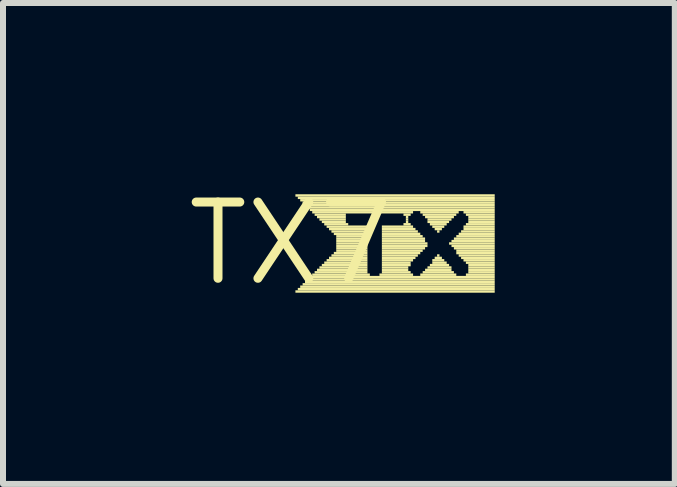
<source format=kicad_pcb>
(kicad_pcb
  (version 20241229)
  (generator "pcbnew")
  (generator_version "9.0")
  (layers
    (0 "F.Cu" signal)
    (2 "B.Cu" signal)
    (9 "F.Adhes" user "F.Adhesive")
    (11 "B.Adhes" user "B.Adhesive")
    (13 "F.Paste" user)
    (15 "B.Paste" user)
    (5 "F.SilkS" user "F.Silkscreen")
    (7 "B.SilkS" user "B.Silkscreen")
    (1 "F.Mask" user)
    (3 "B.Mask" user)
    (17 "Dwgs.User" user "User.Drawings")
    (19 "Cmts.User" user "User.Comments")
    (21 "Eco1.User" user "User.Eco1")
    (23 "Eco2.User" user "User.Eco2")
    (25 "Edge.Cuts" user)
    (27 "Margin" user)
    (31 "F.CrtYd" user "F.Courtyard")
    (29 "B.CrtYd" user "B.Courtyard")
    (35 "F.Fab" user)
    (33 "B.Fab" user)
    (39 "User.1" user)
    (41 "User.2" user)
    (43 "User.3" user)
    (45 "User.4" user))
  (footprint "TX7"
    (layer "F.Cu")
    (at 1.791 1.006)
    (property "Reference" "TX7" (at 0 0 0) (layer "F.SilkS") (effects (font (size 1.27 1.27) (thickness 0.15))))
    (fp_poly (pts (xy 0.08 -0.78) (xy 3.4 -0.78) (xy 3.4 -0.82) (xy 0.08 -0.82)) (stroke (width 0) (type solid)) (fill yes) (layer "F.SilkS"))
    (fp_poly (pts (xy 0.08 0.82) (xy 3.4 0.82) (xy 3.4 0.78) (xy 0.08 0.78)) (stroke (width 0) (type solid)) (fill yes) (layer "F.SilkS"))
    (fp_poly (pts (xy 0.12 -0.74) (xy 3.4 -0.74) (xy 3.4 -0.78) (xy 0.12 -0.78)) (stroke (width 0) (type solid)) (fill yes) (layer "F.SilkS"))
    (fp_poly (pts (xy 0.12 0.78) (xy 3.4 0.78) (xy 3.4 0.74) (xy 0.12 0.74)) (stroke (width 0) (type solid)) (fill yes) (layer "F.SilkS"))
    (fp_poly (pts (xy 0.16 -0.7) (xy 3.4 -0.7) (xy 3.4 -0.74) (xy 0.16 -0.74)) (stroke (width 0) (type solid)) (fill yes) (layer "F.SilkS"))
    (fp_poly (pts (xy 0.16 0.74) (xy 3.4 0.74) (xy 3.4 0.7) (xy 0.16 0.7)) (stroke (width 0) (type solid)) (fill yes) (layer "F.SilkS"))
    (fp_poly (pts (xy 0.2 -0.66) (xy 3.4 -0.66) (xy 3.4 -0.7) (xy 0.2 -0.7)) (stroke (width 0) (type solid)) (fill yes) (layer "F.SilkS"))
    (fp_poly (pts (xy 0.2 0.7) (xy 3.4 0.7) (xy 3.4 0.66) (xy 0.2 0.66)) (stroke (width 0) (type solid)) (fill yes) (layer "F.SilkS"))
    (fp_poly (pts (xy 0.24 -0.62) (xy 3.4 -0.62) (xy 3.4 -0.66) (xy 0.24 -0.66)) (stroke (width 0) (type solid)) (fill yes) (layer "F.SilkS"))
    (fp_poly (pts (xy 0.24 0.66) (xy 3.4 0.66) (xy 3.4 0.62) (xy 0.24 0.62)) (stroke (width 0) (type solid)) (fill yes) (layer "F.SilkS"))
    (fp_poly (pts (xy 0.28 -0.58) (xy 3.4 -0.58) (xy 3.4 -0.62) (xy 0.28 -0.62)) (stroke (width 0) (type solid)) (fill yes) (layer "F.SilkS"))
    (fp_poly (pts (xy 0.28 0.62) (xy 3.4 0.62) (xy 3.4 0.58) (xy 0.28 0.58)) (stroke (width 0) (type solid)) (fill yes) (layer "F.SilkS"))
    (fp_poly (pts (xy 0.32 -0.54) (xy 3.4 -0.54) (xy 3.4 -0.58) (xy 0.32 -0.58)) (stroke (width 0) (type solid)) (fill yes) (layer "F.SilkS"))
    (fp_poly (pts (xy 0.32 0.58) (xy 3.4 0.58) (xy 3.4 0.54) (xy 0.32 0.54)) (stroke (width 0) (type solid)) (fill yes) (layer "F.SilkS"))
    (fp_poly (pts (xy 0.36 -0.5) (xy 2.04 -0.5) (xy 2.04 -0.54) (xy 0.36 -0.54)) (stroke (width 0) (type solid)) (fill yes) (layer "F.SilkS"))
    (fp_poly (pts (xy 0.36 0.54) (xy 1.32 0.54) (xy 1.32 0.5) (xy 0.36 0.5)) (stroke (width 0) (type solid)) (fill yes) (layer "F.SilkS"))
    (fp_poly (pts (xy 0.4 -0.46) (xy 0.92 -0.46) (xy 0.92 -0.5) (xy 0.4 -0.5)) (stroke (width 0) (type solid)) (fill yes) (layer "F.SilkS"))
    (fp_poly (pts (xy 0.4 0.5) (xy 1.28 0.5) (xy 1.28 0.46) (xy 0.4 0.46)) (stroke (width 0) (type solid)) (fill yes) (layer "F.SilkS"))
    (fp_poly (pts (xy 0.44 -0.42) (xy 0.92 -0.42) (xy 0.92 -0.46) (xy 0.44 -0.46)) (stroke (width 0) (type solid)) (fill yes) (layer "F.SilkS"))
    (fp_poly (pts (xy 0.44 0.46) (xy 1.28 0.46) (xy 1.28 0.42) (xy 0.44 0.42)) (stroke (width 0) (type solid)) (fill yes) (layer "F.SilkS"))
    (fp_poly (pts (xy 0.48 -0.38) (xy 0.92 -0.38) (xy 0.92 -0.42) (xy 0.48 -0.42)) (stroke (width 0) (type solid)) (fill yes) (layer "F.SilkS"))
    (fp_poly (pts (xy 0.48 0.42) (xy 1.28 0.42) (xy 1.28 0.38) (xy 0.48 0.38)) (stroke (width 0) (type solid)) (fill yes) (layer "F.SilkS"))
    (fp_poly (pts (xy 0.52 -0.34) (xy 0.92 -0.34) (xy 0.92 -0.38) (xy 0.52 -0.38)) (stroke (width 0) (type solid)) (fill yes) (layer "F.SilkS"))
    (fp_poly (pts (xy 0.52 0.38) (xy 1.28 0.38) (xy 1.28 0.34) (xy 0.52 0.34)) (stroke (width 0) (type solid)) (fill yes) (layer "F.SilkS"))
    (fp_poly (pts (xy 0.56 -0.3) (xy 0.96 -0.3) (xy 0.96 -0.34) (xy 0.56 -0.34)) (stroke (width 0) (type solid)) (fill yes) (layer "F.SilkS"))
    (fp_poly (pts (xy 0.56 0.34) (xy 1.28 0.34) (xy 1.28 0.3) (xy 0.56 0.3)) (stroke (width 0) (type solid)) (fill yes) (layer "F.SilkS"))
    (fp_poly (pts (xy 0.6 -0.26) (xy 1.28 -0.26) (xy 1.28 -0.3) (xy 0.6 -0.3)) (stroke (width 0) (type solid)) (fill yes) (layer "F.SilkS"))
    (fp_poly (pts (xy 0.6 0.3) (xy 1.28 0.3) (xy 1.28 0.26) (xy 0.6 0.26)) (stroke (width 0) (type solid)) (fill yes) (layer "F.SilkS"))
    (fp_poly (pts (xy 0.64 -0.22) (xy 1.28 -0.22) (xy 1.28 -0.26) (xy 0.64 -0.26)) (stroke (width 0) (type solid)) (fill yes) (layer "F.SilkS"))
    (fp_poly (pts (xy 0.64 0.26) (xy 1.28 0.26) (xy 1.28 0.22) (xy 0.64 0.22)) (stroke (width 0) (type solid)) (fill yes) (layer "F.SilkS"))
    (fp_poly (pts (xy 0.68 -0.18) (xy 1.28 -0.18) (xy 1.28 -0.22) (xy 0.68 -0.22)) (stroke (width 0) (type solid)) (fill yes) (layer "F.SilkS"))
    (fp_poly (pts (xy 0.68 0.22) (xy 1.28 0.22) (xy 1.28 0.18) (xy 0.68 0.18)) (stroke (width 0) (type solid)) (fill yes) (layer "F.SilkS"))
    (fp_poly (pts (xy 0.72 -0.14) (xy 1.28 -0.14) (xy 1.28 -0.18) (xy 0.72 -0.18)) (stroke (width 0) (type solid)) (fill yes) (layer "F.SilkS"))
    (fp_poly (pts (xy 0.72 0.18) (xy 1.28 0.18) (xy 1.28 0.14) (xy 0.72 0.14)) (stroke (width 0) (type solid)) (fill yes) (layer "F.SilkS"))
    (fp_poly (pts (xy 0.76 -0.1) (xy 1.28 -0.1) (xy 1.28 -0.14) (xy 0.76 -0.14)) (stroke (width 0) (type solid)) (fill yes) (layer "F.SilkS"))
    (fp_poly (pts (xy 0.76 -0.06) (xy 1.28 -0.06) (xy 1.28 -0.1) (xy 0.76 -0.1)) (stroke (width 0) (type solid)) (fill yes) (layer "F.SilkS"))
    (fp_poly (pts (xy 0.76 -0.02) (xy 1.28 -0.02) (xy 1.28 -0.06) (xy 0.76 -0.06)) (stroke (width 0) (type solid)) (fill yes) (layer "F.SilkS"))
    (fp_poly (pts (xy 0.76 0.02) (xy 1.28 0.02) (xy 1.28 -0.02) (xy 0.76 -0.02)) (stroke (width 0) (type solid)) (fill yes) (layer "F.SilkS"))
    (fp_poly (pts (xy 0.76 0.06) (xy 1.28 0.06) (xy 1.28 0.02) (xy 0.76 0.02)) (stroke (width 0) (type solid)) (fill yes) (layer "F.SilkS"))
    (fp_poly (pts (xy 0.76 0.1) (xy 1.28 0.1) (xy 1.28 0.06) (xy 0.76 0.06)) (stroke (width 0) (type solid)) (fill yes) (layer "F.SilkS"))
    (fp_poly (pts (xy 0.76 0.14) (xy 1.28 0.14) (xy 1.28 0.1) (xy 0.76 0.1)) (stroke (width 0) (type solid)) (fill yes) (layer "F.SilkS"))
    (fp_poly (pts (xy 1.48 0.54) (xy 2.04 0.54) (xy 2.04 0.5) (xy 1.48 0.5)) (stroke (width 0) (type solid)) (fill yes) (layer "F.SilkS"))
    (fp_poly (pts (xy 1.52 -0.26) (xy 2.04 -0.26) (xy 2.04 -0.3) (xy 1.52 -0.3)) (stroke (width 0) (type solid)) (fill yes) (layer "F.SilkS"))
    (fp_poly (pts (xy 1.52 -0.22) (xy 2.08 -0.22) (xy 2.08 -0.26) (xy 1.52 -0.26)) (stroke (width 0) (type solid)) (fill yes) (layer "F.SilkS"))
    (fp_poly (pts (xy 1.52 -0.18) (xy 2.12 -0.18) (xy 2.12 -0.22) (xy 1.52 -0.22)) (stroke (width 0) (type solid)) (fill yes) (layer "F.SilkS"))
    (fp_poly (pts (xy 1.52 -0.14) (xy 2.16 -0.14) (xy 2.16 -0.18) (xy 1.52 -0.18)) (stroke (width 0) (type solid)) (fill yes) (layer "F.SilkS"))
    (fp_poly (pts (xy 1.52 -0.1) (xy 2.2 -0.1) (xy 2.2 -0.14) (xy 1.52 -0.14)) (stroke (width 0) (type solid)) (fill yes) (layer "F.SilkS"))
    (fp_poly (pts (xy 1.52 -0.06) (xy 2.24 -0.06) (xy 2.24 -0.1) (xy 1.52 -0.1)) (stroke (width 0) (type solid)) (fill yes) (layer "F.SilkS"))
    (fp_poly (pts (xy 1.52 -0.02) (xy 2.24 -0.02) (xy 2.24 -0.06) (xy 1.52 -0.06)) (stroke (width 0) (type solid)) (fill yes) (layer "F.SilkS"))
    (fp_poly (pts (xy 1.52 0.02) (xy 2.28 0.02) (xy 2.28 -0.02) (xy 1.52 -0.02)) (stroke (width 0) (type solid)) (fill yes) (layer "F.SilkS"))
    (fp_poly (pts (xy 1.52 0.06) (xy 2.28 0.06) (xy 2.28 0.02) (xy 1.52 0.02)) (stroke (width 0) (type solid)) (fill yes) (layer "F.SilkS"))
    (fp_poly (pts (xy 1.52 0.1) (xy 2.24 0.1) (xy 2.24 0.06) (xy 1.52 0.06)) (stroke (width 0) (type solid)) (fill yes) (layer "F.SilkS"))
    (fp_poly (pts (xy 1.52 0.14) (xy 2.2 0.14) (xy 2.2 0.1) (xy 1.52 0.1)) (stroke (width 0) (type solid)) (fill yes) (layer "F.SilkS"))
    (fp_poly (pts (xy 1.52 0.18) (xy 2.16 0.18) (xy 2.16 0.14) (xy 1.52 0.14)) (stroke (width 0) (type solid)) (fill yes) (layer "F.SilkS"))
    (fp_poly (pts (xy 1.52 0.22) (xy 2.12 0.22) (xy 2.12 0.18) (xy 1.52 0.18)) (stroke (width 0) (type solid)) (fill yes) (layer "F.SilkS"))
    (fp_poly (pts (xy 1.52 0.26) (xy 2.08 0.26) (xy 2.08 0.22) (xy 1.52 0.22)) (stroke (width 0) (type solid)) (fill yes) (layer "F.SilkS"))
    (fp_poly (pts (xy 1.52 0.3) (xy 2.04 0.3) (xy 2.04 0.26) (xy 1.52 0.26)) (stroke (width 0) (type solid)) (fill yes) (layer "F.SilkS"))
    (fp_poly (pts (xy 1.52 0.34) (xy 2 0.34) (xy 2 0.3) (xy 1.52 0.3)) (stroke (width 0) (type solid)) (fill yes) (layer "F.SilkS"))
    (fp_poly (pts (xy 1.52 0.38) (xy 2 0.38) (xy 2 0.34) (xy 1.52 0.34)) (stroke (width 0) (type solid)) (fill yes) (layer "F.SilkS"))
    (fp_poly (pts (xy 1.52 0.42) (xy 1.96 0.42) (xy 1.96 0.38) (xy 1.52 0.38)) (stroke (width 0) (type solid)) (fill yes) (layer "F.SilkS"))
    (fp_poly (pts (xy 1.52 0.46) (xy 1.96 0.46) (xy 1.96 0.42) (xy 1.52 0.42)) (stroke (width 0) (type solid)) (fill yes) (layer "F.SilkS"))
    (fp_poly (pts (xy 1.52 0.5) (xy 2 0.5) (xy 2 0.46) (xy 1.52 0.46)) (stroke (width 0) (type solid)) (fill yes) (layer "F.SilkS"))
    (fp_poly (pts (xy 1.88 -0.46) (xy 2 -0.46) (xy 2 -0.5) (xy 1.88 -0.5)) (stroke (width 0) (type solid)) (fill yes) (layer "F.SilkS"))
    (fp_poly (pts (xy 1.88 -0.3) (xy 2 -0.3) (xy 2 -0.34) (xy 1.88 -0.34)) (stroke (width 0) (type solid)) (fill yes) (layer "F.SilkS"))
    (fp_poly (pts (xy 1.92 -0.42) (xy 1.96 -0.42) (xy 1.96 -0.46) (xy 1.92 -0.46)) (stroke (width 0) (type solid)) (fill yes) (layer "F.SilkS"))
    (fp_poly (pts (xy 1.92 -0.38) (xy 1.96 -0.38) (xy 1.96 -0.42) (xy 1.92 -0.42)) (stroke (width 0) (type solid)) (fill yes) (layer "F.SilkS"))
    (fp_poly (pts (xy 1.92 -0.34) (xy 1.96 -0.34) (xy 1.96 -0.38) (xy 1.92 -0.38)) (stroke (width 0) (type solid)) (fill yes) (layer "F.SilkS"))
    (fp_poly (pts (xy 2.16 -0.5) (xy 2.8 -0.5) (xy 2.8 -0.54) (xy 2.16 -0.54)) (stroke (width 0) (type solid)) (fill yes) (layer "F.SilkS"))
    (fp_poly (pts (xy 2.16 0.54) (xy 2.76 0.54) (xy 2.76 0.5) (xy 2.16 0.5)) (stroke (width 0) (type solid)) (fill yes) (layer "F.SilkS"))
    (fp_poly (pts (xy 2.2 -0.46) (xy 2.76 -0.46) (xy 2.76 -0.5) (xy 2.2 -0.5)) (stroke (width 0) (type solid)) (fill yes) (layer "F.SilkS"))
    (fp_poly (pts (xy 2.2 0.5) (xy 2.72 0.5) (xy 2.72 0.46) (xy 2.2 0.46)) (stroke (width 0) (type solid)) (fill yes) (layer "F.SilkS"))
    (fp_poly (pts (xy 2.24 -0.42) (xy 2.72 -0.42) (xy 2.72 -0.46) (xy 2.24 -0.46)) (stroke (width 0) (type solid)) (fill yes) (layer "F.SilkS"))
    (fp_poly (pts (xy 2.24 0.46) (xy 2.68 0.46) (xy 2.68 0.42) (xy 2.24 0.42)) (stroke (width 0) (type solid)) (fill yes) (layer "F.SilkS"))
    (fp_poly (pts (xy 2.28 -0.38) (xy 2.68 -0.38) (xy 2.68 -0.42) (xy 2.28 -0.42)) (stroke (width 0) (type solid)) (fill yes) (layer "F.SilkS"))
    (fp_poly (pts (xy 2.28 -0.34) (xy 2.64 -0.34) (xy 2.64 -0.38) (xy 2.28 -0.38)) (stroke (width 0) (type solid)) (fill yes) (layer "F.SilkS"))
    (fp_poly (pts (xy 2.28 0.42) (xy 2.68 0.42) (xy 2.68 0.38) (xy 2.28 0.38)) (stroke (width 0) (type solid)) (fill yes) (layer "F.SilkS"))
    (fp_poly (pts (xy 2.32 -0.3) (xy 2.6 -0.3) (xy 2.6 -0.34) (xy 2.32 -0.34)) (stroke (width 0) (type solid)) (fill yes) (layer "F.SilkS"))
    (fp_poly (pts (xy 2.32 0.38) (xy 2.64 0.38) (xy 2.64 0.34) (xy 2.32 0.34)) (stroke (width 0) (type solid)) (fill yes) (layer "F.SilkS"))
    (fp_poly (pts (xy 2.36 -0.26) (xy 2.56 -0.26) (xy 2.56 -0.3) (xy 2.36 -0.3)) (stroke (width 0) (type solid)) (fill yes) (layer "F.SilkS"))
    (fp_poly (pts (xy 2.36 0.3) (xy 2.56 0.3) (xy 2.56 0.26) (xy 2.36 0.26)) (stroke (width 0) (type solid)) (fill yes) (layer "F.SilkS"))
    (fp_poly (pts (xy 2.36 0.34) (xy 2.6 0.34) (xy 2.6 0.3) (xy 2.36 0.3)) (stroke (width 0) (type solid)) (fill yes) (layer "F.SilkS"))
    (fp_poly (pts (xy 2.4 -0.22) (xy 2.52 -0.22) (xy 2.52 -0.26) (xy 2.4 -0.26)) (stroke (width 0) (type solid)) (fill yes) (layer "F.SilkS"))
    (fp_poly (pts (xy 2.4 0.26) (xy 2.52 0.26) (xy 2.52 0.22) (xy 2.4 0.22)) (stroke (width 0) (type solid)) (fill yes) (layer "F.SilkS"))
    (fp_poly (pts (xy 2.44 -0.18) (xy 2.48 -0.18) (xy 2.48 -0.22) (xy 2.44 -0.22)) (stroke (width 0) (type solid)) (fill yes) (layer "F.SilkS"))
    (fp_poly (pts (xy 2.44 0.22) (xy 2.48 0.22) (xy 2.48 0.18) (xy 2.44 0.18)) (stroke (width 0) (type solid)) (fill yes) (layer "F.SilkS"))
    (fp_poly (pts (xy 2.64 0.02) (xy 3.4 0.02) (xy 3.4 -0.02) (xy 2.64 -0.02)) (stroke (width 0) (type solid)) (fill yes) (layer "F.SilkS"))
    (fp_poly (pts (xy 2.68 -0.02) (xy 3.4 -0.02) (xy 3.4 -0.06) (xy 2.68 -0.06)) (stroke (width 0) (type solid)) (fill yes) (layer "F.SilkS"))
    (fp_poly (pts (xy 2.68 0.06) (xy 3.4 0.06) (xy 3.4 0.02) (xy 2.68 0.02)) (stroke (width 0) (type solid)) (fill yes) (layer "F.SilkS"))
    (fp_poly (pts (xy 2.72 -0.06) (xy 3.4 -0.06) (xy 3.4 -0.1) (xy 2.72 -0.1)) (stroke (width 0) (type solid)) (fill yes) (layer "F.SilkS"))
    (fp_poly (pts (xy 2.72 0.1) (xy 3.4 0.1) (xy 3.4 0.06) (xy 2.72 0.06)) (stroke (width 0) (type solid)) (fill yes) (layer "F.SilkS"))
    (fp_poly (pts (xy 2.76 -0.1) (xy 3.4 -0.1) (xy 3.4 -0.14) (xy 2.76 -0.14)) (stroke (width 0) (type solid)) (fill yes) (layer "F.SilkS"))
    (fp_poly (pts (xy 2.76 0.14) (xy 3.4 0.14) (xy 3.4 0.1) (xy 2.76 0.1)) (stroke (width 0) (type solid)) (fill yes) (layer "F.SilkS"))
    (fp_poly (pts (xy 2.76 0.18) (xy 3.4 0.18) (xy 3.4 0.14) (xy 2.76 0.14)) (stroke (width 0) (type solid)) (fill yes) (layer "F.SilkS"))
    (fp_poly (pts (xy 2.8 -0.14) (xy 3.4 -0.14) (xy 3.4 -0.18) (xy 2.8 -0.18)) (stroke (width 0) (type solid)) (fill yes) (layer "F.SilkS"))
    (fp_poly (pts (xy 2.8 0.22) (xy 3.4 0.22) (xy 3.4 0.18) (xy 2.8 0.18)) (stroke (width 0) (type solid)) (fill yes) (layer "F.SilkS"))
    (fp_poly (pts (xy 2.84 -0.18) (xy 3.4 -0.18) (xy 3.4 -0.22) (xy 2.84 -0.22)) (stroke (width 0) (type solid)) (fill yes) (layer "F.SilkS"))
    (fp_poly (pts (xy 2.84 0.26) (xy 3.4 0.26) (xy 3.4 0.22) (xy 2.84 0.22)) (stroke (width 0) (type solid)) (fill yes) (layer "F.SilkS"))
    (fp_poly (pts (xy 2.88 -0.5) (xy 3.4 -0.5) (xy 3.4 -0.54) (xy 2.88 -0.54)) (stroke (width 0) (type solid)) (fill yes) (layer "F.SilkS"))
    (fp_poly (pts (xy 2.88 -0.26) (xy 3.4 -0.26) (xy 3.4 -0.3) (xy 2.88 -0.3)) (stroke (width 0) (type solid)) (fill yes) (layer "F.SilkS"))
    (fp_poly (pts (xy 2.88 -0.22) (xy 3.4 -0.22) (xy 3.4 -0.26) (xy 2.88 -0.26)) (stroke (width 0) (type solid)) (fill yes) (layer "F.SilkS"))
    (fp_poly (pts (xy 2.88 0.3) (xy 3.4 0.3) (xy 3.4 0.26) (xy 2.88 0.26)) (stroke (width 0) (type solid)) (fill yes) (layer "F.SilkS"))
    (fp_poly (pts (xy 2.92 -0.46) (xy 3.4 -0.46) (xy 3.4 -0.5) (xy 2.92 -0.5)) (stroke (width 0) (type solid)) (fill yes) (layer "F.SilkS"))
    (fp_poly (pts (xy 2.92 -0.3) (xy 3.4 -0.3) (xy 3.4 -0.34) (xy 2.92 -0.34)) (stroke (width 0) (type solid)) (fill yes) (layer "F.SilkS"))
    (fp_poly (pts (xy 2.92 0.34) (xy 3.4 0.34) (xy 3.4 0.3) (xy 2.92 0.3)) (stroke (width 0) (type solid)) (fill yes) (layer "F.SilkS"))
    (fp_poly (pts (xy 2.92 0.54) (xy 3.4 0.54) (xy 3.4 0.5) (xy 2.92 0.5)) (stroke (width 0) (type solid)) (fill yes) (layer "F.SilkS"))
    (fp_poly (pts (xy 2.96 -0.42) (xy 3.4 -0.42) (xy 3.4 -0.46) (xy 2.96 -0.46)) (stroke (width 0) (type solid)) (fill yes) (layer "F.SilkS"))
    (fp_poly (pts (xy 2.96 -0.38) (xy 3.4 -0.38) (xy 3.4 -0.42) (xy 2.96 -0.42)) (stroke (width 0) (type solid)) (fill yes) (layer "F.SilkS"))
    (fp_poly (pts (xy 2.96 -0.34) (xy 3.4 -0.34) (xy 3.4 -0.38) (xy 2.96 -0.38)) (stroke (width 0) (type solid)) (fill yes) (layer "F.SilkS"))
    (fp_poly (pts (xy 2.96 0.38) (xy 3.4 0.38) (xy 3.4 0.34) (xy 2.96 0.34)) (stroke (width 0) (type solid)) (fill yes) (layer "F.SilkS"))
    (fp_poly (pts (xy 2.96 0.42) (xy 3.4 0.42) (xy 3.4 0.38) (xy 2.96 0.38)) (stroke (width 0) (type solid)) (fill yes) (layer "F.SilkS"))
    (fp_poly (pts (xy 2.96 0.46) (xy 3.4 0.46) (xy 3.4 0.42) (xy 2.96 0.42)) (stroke (width 0) (type solid)) (fill yes) (layer "F.SilkS"))
    (fp_poly (pts (xy 2.96 0.5) (xy 3.4 0.5) (xy 3.4 0.46) (xy 2.96 0.46)) (stroke (width 0) (type solid)) (fill yes) (layer "F.SilkS")))
  (gr_rect
    (start -3 -3)
    (end 8.191 5.012)
    (stroke (width 0.1) (type default))
    (fill no)
    (layer "Edge.Cuts")))
</source>
